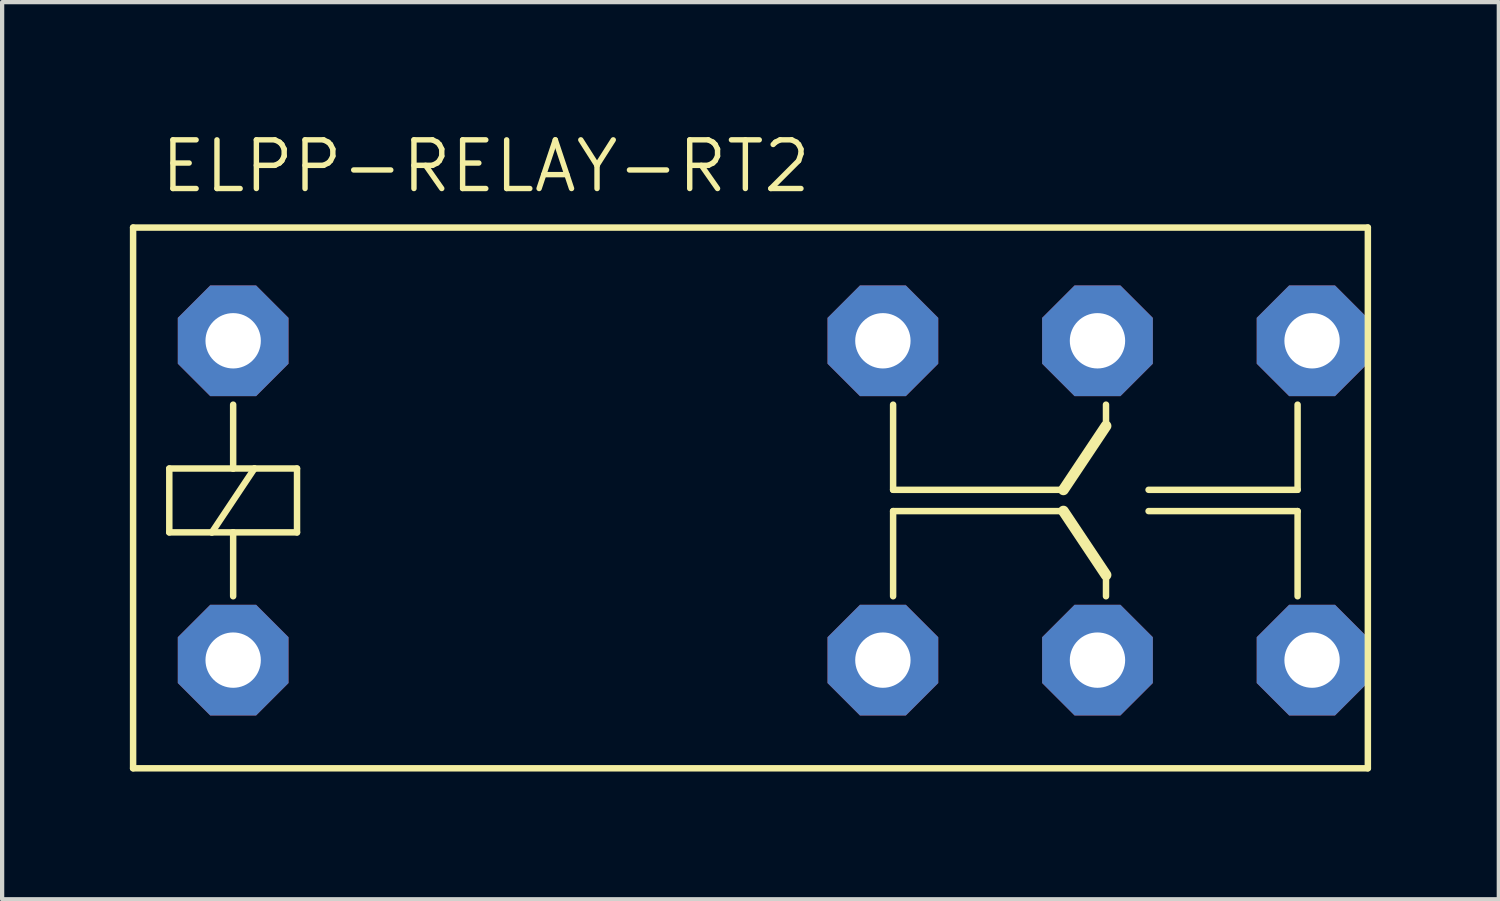
<source format=kicad_pcb>
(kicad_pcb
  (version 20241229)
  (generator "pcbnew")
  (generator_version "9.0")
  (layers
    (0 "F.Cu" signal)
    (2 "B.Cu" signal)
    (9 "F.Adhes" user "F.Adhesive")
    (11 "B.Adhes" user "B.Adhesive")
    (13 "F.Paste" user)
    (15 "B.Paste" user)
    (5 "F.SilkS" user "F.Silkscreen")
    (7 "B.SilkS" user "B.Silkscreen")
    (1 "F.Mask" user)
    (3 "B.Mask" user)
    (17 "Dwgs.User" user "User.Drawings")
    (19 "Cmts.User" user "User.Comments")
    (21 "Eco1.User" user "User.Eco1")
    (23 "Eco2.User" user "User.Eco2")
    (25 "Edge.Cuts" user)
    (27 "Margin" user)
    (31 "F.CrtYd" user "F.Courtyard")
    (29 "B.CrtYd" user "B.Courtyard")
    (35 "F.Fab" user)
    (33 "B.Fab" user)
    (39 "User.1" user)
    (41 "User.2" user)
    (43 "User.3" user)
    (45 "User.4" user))
  (footprint "ELPP-RELAY-RT2"
    (layer "F.Cu")
    (at 13.856 8.644)
    (property "Reference" "ELPP-RELAY-RT2" (at -13.2 -7.12 0) (unlocked yes) (layer "F.SilkS") (effects (font (size 1.143 1.143) (thickness 0.127)) (justify left bottom)))
    (fp_line (start -13.78 6.35) (end -13.78 -6.35) (stroke (width 0.152) (type solid)) (layer "F.SilkS"))
    (fp_line (start -13.78 6.35) (end 15.22 6.35) (stroke (width 0.152) (type solid)) (layer "F.SilkS"))
    (fp_line (start -12.93 -0.69) (end -12.93 0.81) (stroke (width 0.152) (type solid)) (layer "F.SilkS"))
    (fp_line (start -12.93 0.81) (end -11.93 0.81) (stroke (width 0.152) (type solid)) (layer "F.SilkS"))
    (fp_line (start -11.93 0.81) (end -11.43 0.81) (stroke (width 0.152) (type solid)) (layer "F.SilkS"))
    (fp_line (start -11.43 -2.19) (end -11.43 -0.69) (stroke (width 0.152) (type solid)) (layer "F.SilkS"))
    (fp_line (start -11.43 -0.69) (end -12.93 -0.69) (stroke (width 0.152) (type solid)) (layer "F.SilkS"))
    (fp_line (start -11.43 0.81) (end -11.43 2.31) (stroke (width 0.152) (type solid)) (layer "F.SilkS"))
    (fp_line (start -11.43 0.81) (end -9.93 0.81) (stroke (width 0.152) (type solid)) (layer "F.SilkS"))
    (fp_line (start -10.93 -0.69) (end -11.93 0.81) (stroke (width 0.152) (type solid)) (layer "F.SilkS"))
    (fp_line (start -10.93 -0.69) (end -11.43 -0.69) (stroke (width 0.152) (type solid)) (layer "F.SilkS"))
    (fp_line (start -9.93 -0.69) (end -10.93 -0.69) (stroke (width 0.152) (type solid)) (layer "F.SilkS"))
    (fp_line (start -9.93 0.81) (end -9.93 -0.69) (stroke (width 0.152) (type solid)) (layer "F.SilkS"))
    (fp_line (start 4.07 -2.19) (end 4.07 -0.19) (stroke (width 0.152) (type solid)) (layer "F.SilkS"))
    (fp_line (start 4.07 -0.19) (end 8.07 -0.19) (stroke (width 0.152) (type solid)) (layer "F.SilkS"))
    (fp_line (start 4.07 0.31) (end 8.07 0.31) (stroke (width 0.152) (type solid)) (layer "F.SilkS"))
    (fp_line (start 4.07 2.31) (end 4.07 0.31) (stroke (width 0.152) (type solid)) (layer "F.SilkS"))
    (fp_line (start 9.07 -2.19) (end 9.07 -1.69) (stroke (width 0.152) (type solid)) (layer "F.SilkS"))
    (fp_line (start 9.07 -1.69) (end 8.07 -0.19) (stroke (width 0.254) (type solid)) (layer "F.SilkS"))
    (fp_line (start 9.07 1.81) (end 8.07 0.31) (stroke (width 0.254) (type solid)) (layer "F.SilkS"))
    (fp_line (start 9.07 2.31) (end 9.07 1.81) (stroke (width 0.152) (type solid)) (layer "F.SilkS"))
    (fp_line (start 10.07 -0.19) (end 13.57 -0.19) (stroke (width 0.152) (type solid)) (layer "F.SilkS"))
    (fp_line (start 10.07 0.31) (end 13.57 0.31) (stroke (width 0.152) (type solid)) (layer "F.SilkS"))
    (fp_line (start 13.57 -0.19) (end 13.57 -2.19) (stroke (width 0.152) (type solid)) (layer "F.SilkS"))
    (fp_line (start 13.57 0.31) (end 13.57 2.31) (stroke (width 0.152) (type solid)) (layer "F.SilkS"))
    (fp_line (start 15.22 -6.35) (end -13.78 -6.35) (stroke (width 0.152) (type solid)) (layer "F.SilkS"))
    (fp_line (start 15.22 6.35) (end 15.22 -6.35) (stroke (width 0.152) (type solid)) (layer "F.SilkS"))
    (pad "A1" thru_hole roundrect (at -11.43 3.81) (size 2.6 2.6) (drill 1.3) (layers "*.Cu" "*.Mask") (roundrect_rratio 0.25) (chamfer_ratio 0.293) (chamfer top_left top_right bottom_left bottom_right))
    (pad "A2" thru_hole roundrect (at -11.43 -3.69) (size 2.6 2.6) (drill 1.3) (layers "*.Cu" "*.Mask") (roundrect_rratio 0.25) (chamfer_ratio 0.293) (chamfer top_left top_right bottom_left bottom_right))
    (pad "O1" thru_hole roundrect (at 3.83 3.81) (size 2.6 2.6) (drill 1.3) (layers "*.Cu" "*.Mask") (roundrect_rratio 0.25) (chamfer_ratio 0.293) (chamfer top_left top_right bottom_left bottom_right))
    (pad "O2" thru_hole roundrect (at 3.83 -3.69) (size 2.6 2.6) (drill 1.3) (layers "*.Cu" "*.Mask") (roundrect_rratio 0.25) (chamfer_ratio 0.293) (chamfer top_left top_right bottom_left bottom_right))
    (pad "P1" thru_hole roundrect (at 8.87 3.81) (size 2.6 2.6) (drill 1.3) (layers "*.Cu" "*.Mask") (roundrect_rratio 0.25) (chamfer_ratio 0.293) (chamfer top_left top_right bottom_left bottom_right))
    (pad "P2" thru_hole roundrect (at 8.87 -3.69) (size 2.6 2.6) (drill 1.3) (layers "*.Cu" "*.Mask") (roundrect_rratio 0.25) (chamfer_ratio 0.293) (chamfer top_left top_right bottom_left bottom_right))
    (pad "S1" thru_hole roundrect (at 13.91 3.81) (size 2.6 2.6) (drill 1.3) (layers "*.Cu" "*.Mask") (roundrect_rratio 0.25) (chamfer_ratio 0.293) (chamfer top_left top_right bottom_left bottom_right))
    (pad "S2" thru_hole roundrect (at 13.91 -3.69) (size 2.6 2.6) (drill 1.3) (layers "*.Cu" "*.Mask") (roundrect_rratio 0.25) (chamfer_ratio 0.293) (chamfer top_left top_right bottom_left bottom_right)))
  (gr_rect
    (start -3 -3)
    (end 32.152 18.07)
    (stroke (width 0.1) (type default))
    (fill no)
    (layer "Edge.Cuts")))
</source>
